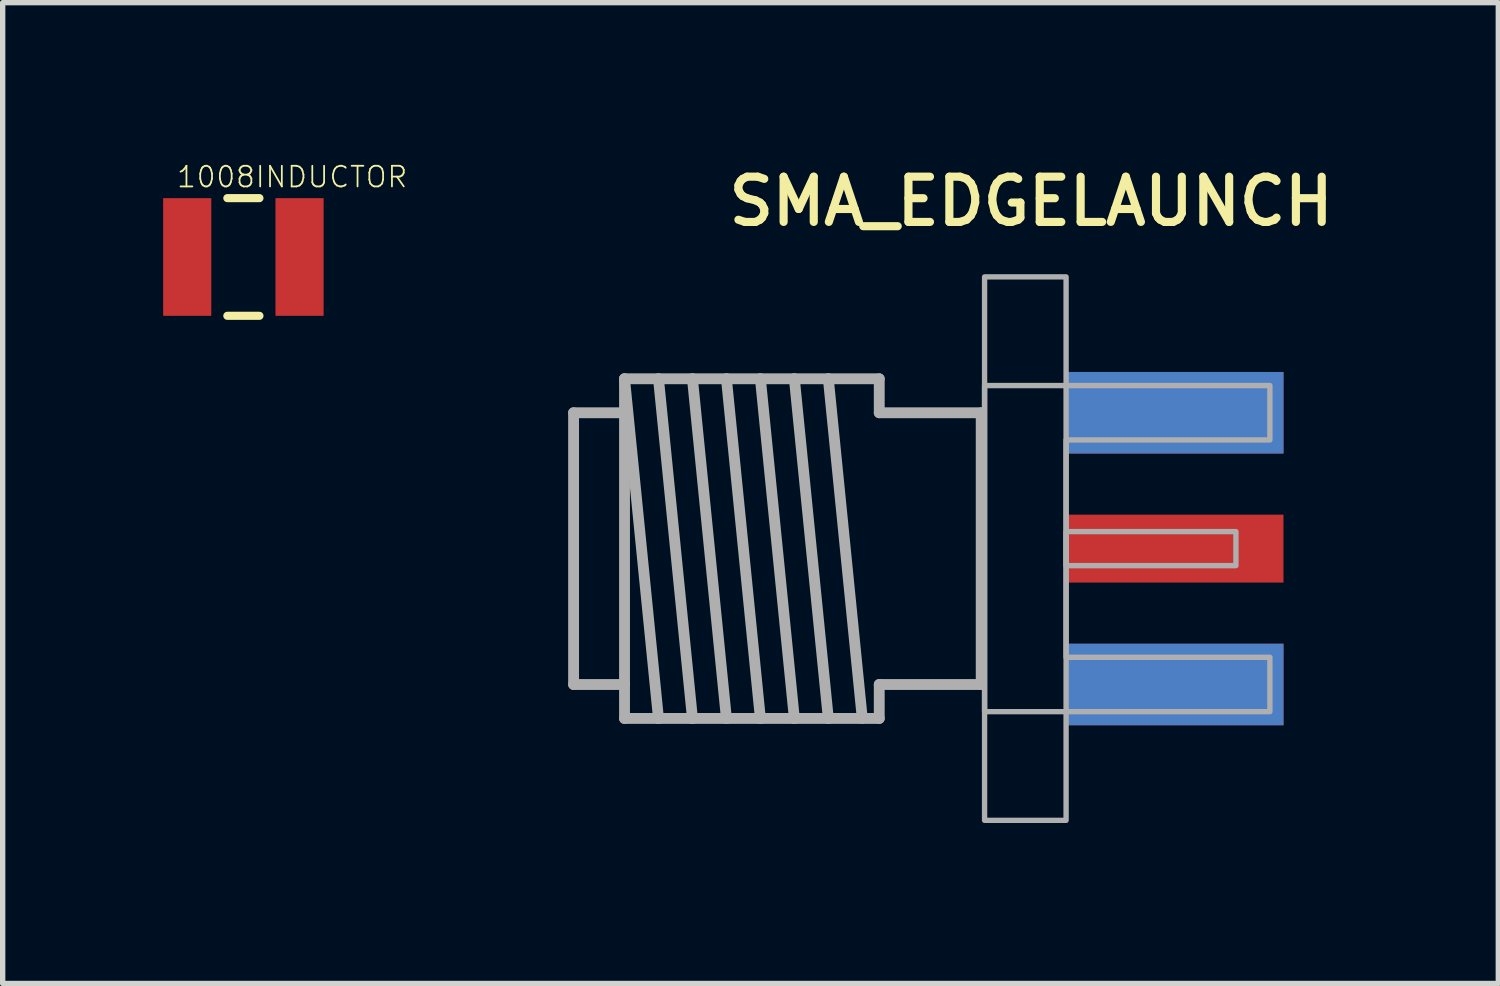
<source format=kicad_pcb>
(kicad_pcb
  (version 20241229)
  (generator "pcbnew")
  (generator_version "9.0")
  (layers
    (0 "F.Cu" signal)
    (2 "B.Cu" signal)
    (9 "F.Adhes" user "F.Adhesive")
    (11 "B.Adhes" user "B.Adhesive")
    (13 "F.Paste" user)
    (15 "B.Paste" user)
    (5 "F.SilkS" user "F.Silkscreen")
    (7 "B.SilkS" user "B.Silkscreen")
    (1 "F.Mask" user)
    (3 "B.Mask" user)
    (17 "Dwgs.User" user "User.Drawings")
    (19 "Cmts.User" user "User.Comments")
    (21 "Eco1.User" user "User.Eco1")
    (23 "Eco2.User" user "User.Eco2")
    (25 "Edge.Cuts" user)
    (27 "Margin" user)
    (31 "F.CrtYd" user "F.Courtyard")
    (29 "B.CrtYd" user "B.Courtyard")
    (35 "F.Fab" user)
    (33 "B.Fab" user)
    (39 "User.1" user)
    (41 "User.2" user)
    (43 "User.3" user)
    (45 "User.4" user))
  (footprint "SMA_EDGELAUNCH"
    (layer "F.Cu")
    (at 16.88 7.206)
    (property "Reference" "SMA_EDGELAUNCH" (at 5.08 -6.985 180) (layer "F.SilkS") (effects (font (size 0.845 0.845) (thickness 0.152)) (justify right top)))
    (attr through_hole)
    (fp_line (start -9.207 -2.54) (end -8.255 -2.54) (stroke (width 0.203) (type solid)) (layer "F.Fab"))
    (fp_line (start -9.207 2.54) (end -9.207 -2.54) (stroke (width 0.203) (type solid)) (layer "F.Fab"))
    (fp_line (start -8.255 -3.175) (end -7.62 -3.175) (stroke (width 0.203) (type solid)) (layer "F.Fab"))
    (fp_line (start -8.255 -3.175) (end -7.62 3.175) (stroke (width 0.203) (type solid)) (layer "F.Fab"))
    (fp_line (start -8.255 -2.54) (end -8.255 -3.175) (stroke (width 0.203) (type solid)) (layer "F.Fab"))
    (fp_line (start -8.255 -2.54) (end -8.255 2.54) (stroke (width 0.203) (type solid)) (layer "F.Fab"))
    (fp_line (start -8.255 2.54) (end -9.207 2.54) (stroke (width 0.203) (type solid)) (layer "F.Fab"))
    (fp_line (start -8.255 3.175) (end -8.255 2.54) (stroke (width 0.203) (type solid)) (layer "F.Fab"))
    (fp_line (start -7.62 -3.175) (end -6.985 -3.175) (stroke (width 0.203) (type solid)) (layer "F.Fab"))
    (fp_line (start -7.62 -3.175) (end -6.985 3.175) (stroke (width 0.203) (type solid)) (layer "F.Fab"))
    (fp_line (start -7.62 3.175) (end -8.255 3.175) (stroke (width 0.203) (type solid)) (layer "F.Fab"))
    (fp_line (start -6.985 -3.175) (end -6.35 -3.175) (stroke (width 0.203) (type solid)) (layer "F.Fab"))
    (fp_line (start -6.985 -3.175) (end -6.35 3.175) (stroke (width 0.203) (type solid)) (layer "F.Fab"))
    (fp_line (start -6.985 3.175) (end -7.62 3.175) (stroke (width 0.203) (type solid)) (layer "F.Fab"))
    (fp_line (start -6.35 -3.175) (end -5.715 -3.175) (stroke (width 0.203) (type solid)) (layer "F.Fab"))
    (fp_line (start -6.35 -3.175) (end -5.715 3.175) (stroke (width 0.203) (type solid)) (layer "F.Fab"))
    (fp_line (start -6.35 3.175) (end -6.985 3.175) (stroke (width 0.203) (type solid)) (layer "F.Fab"))
    (fp_line (start -5.715 -3.175) (end -5.08 -3.175) (stroke (width 0.203) (type solid)) (layer "F.Fab"))
    (fp_line (start -5.715 -3.175) (end -5.08 3.175) (stroke (width 0.203) (type solid)) (layer "F.Fab"))
    (fp_line (start -5.715 3.175) (end -6.35 3.175) (stroke (width 0.203) (type solid)) (layer "F.Fab"))
    (fp_line (start -5.08 -3.175) (end -4.445 -3.175) (stroke (width 0.203) (type solid)) (layer "F.Fab"))
    (fp_line (start -5.08 -3.175) (end -4.445 3.175) (stroke (width 0.203) (type solid)) (layer "F.Fab"))
    (fp_line (start -5.08 3.175) (end -5.715 3.175) (stroke (width 0.203) (type solid)) (layer "F.Fab"))
    (fp_line (start -4.445 -3.175) (end -3.81 3.175) (stroke (width 0.203) (type solid)) (layer "F.Fab"))
    (fp_line (start -4.445 -3.175) (end -3.493 -3.175) (stroke (width 0.203) (type solid)) (layer "F.Fab"))
    (fp_line (start -4.445 3.175) (end -5.08 3.175) (stroke (width 0.203) (type solid)) (layer "F.Fab"))
    (fp_line (start -3.493 -3.175) (end -3.493 -2.54) (stroke (width 0.203) (type solid)) (layer "F.Fab"))
    (fp_line (start -3.493 -2.54) (end -1.587 -2.54) (stroke (width 0.203) (type solid)) (layer "F.Fab"))
    (fp_line (start -3.493 2.54) (end -3.493 3.175) (stroke (width 0.203) (type solid)) (layer "F.Fab"))
    (fp_line (start -3.493 3.175) (end -4.445 3.175) (stroke (width 0.203) (type solid)) (layer "F.Fab"))
    (fp_line (start -1.587 -2.54) (end -1.587 2.54) (stroke (width 0.203) (type solid)) (layer "F.Fab"))
    (fp_line (start -1.587 2.54) (end -3.493 2.54) (stroke (width 0.203) (type solid)) (layer "F.Fab"))
    (fp_poly (pts (xy -1.524 -5.08) (xy 0 -5.08) (xy 0 5.08) (xy -1.524 5.08)) (stroke (width 0.1) (type solid)) (fill no) (layer "F.Fab"))
    (fp_poly (pts (xy 0 0.318) (xy 3.175 0.318) (xy 3.175 -0.318) (xy 0 -0.318)) (stroke (width 0.1) (type solid)) (fill no) (layer "F.Fab"))
    (fp_poly (pts (xy -1.524 -3.048) (xy 3.81 -3.048) (xy 3.81 -2.032) (xy 0 -2.032) (xy 0 2.032) (xy 3.81 2.032) (xy 3.81 3.048) (xy -1.524 3.048)) (stroke (width 0.1) (type solid)) (fill no) (layer "F.Fab"))
    (pad "GND@1" smd rect (at 2.032 2.54 90) (size 1.524 4.064) (layers "F.Cu" "F.Mask"))
    (pad "GND@2" smd rect (at 2.032 -2.54 90) (size 1.524 4.064) (layers "F.Cu" "F.Mask"))
    (pad "GND@3" smd rect (at 2.032 -2.54 90) (size 1.524 4.064) (layers "B.Cu" "B.Mask"))
    (pad "GND@4" smd rect (at 2.032 2.54 90) (size 1.524 4.064) (layers "B.Cu" "B.Mask"))
    (pad "P" smd rect (at 2.032 0 90) (size 1.27 4.064) (layers "F.Cu" "F.Mask")))
  (footprint "1008INDUCTOR"
    (layer "F.Cu")
    (at 1.5 1.754)
    (property "Reference" "1008INDUCTOR" (at -1.27 -1.27 0) (layer "F.SilkS") (effects (font (size 0.386 0.386) (thickness 0.033)) (justify left bottom)))
    (attr through_hole)
    (fp_line (start -0.3 -1.1) (end 0.3 -1.1) (stroke (width 0.152) (type solid)) (layer "F.SilkS"))
    (fp_line (start 0.3 1.1) (end -0.3 1.1) (stroke (width 0.152) (type solid)) (layer "F.SilkS"))
    (pad "P$1" smd rect (at -1.05 0 90) (size 2.2 0.9) (layers "F.Cu" "F.Mask" "F.Paste"))
    (pad "P$2" smd rect (at 1.05 0 90) (size 2.2 0.9) (layers "F.Cu" "F.Mask" "F.Paste")))
  (gr_rect
    (start -3 -3)
    (end 24.96 15.336)
    (stroke (width 0.1) (type default))
    (fill no)
    (layer "Edge.Cuts")))
</source>
